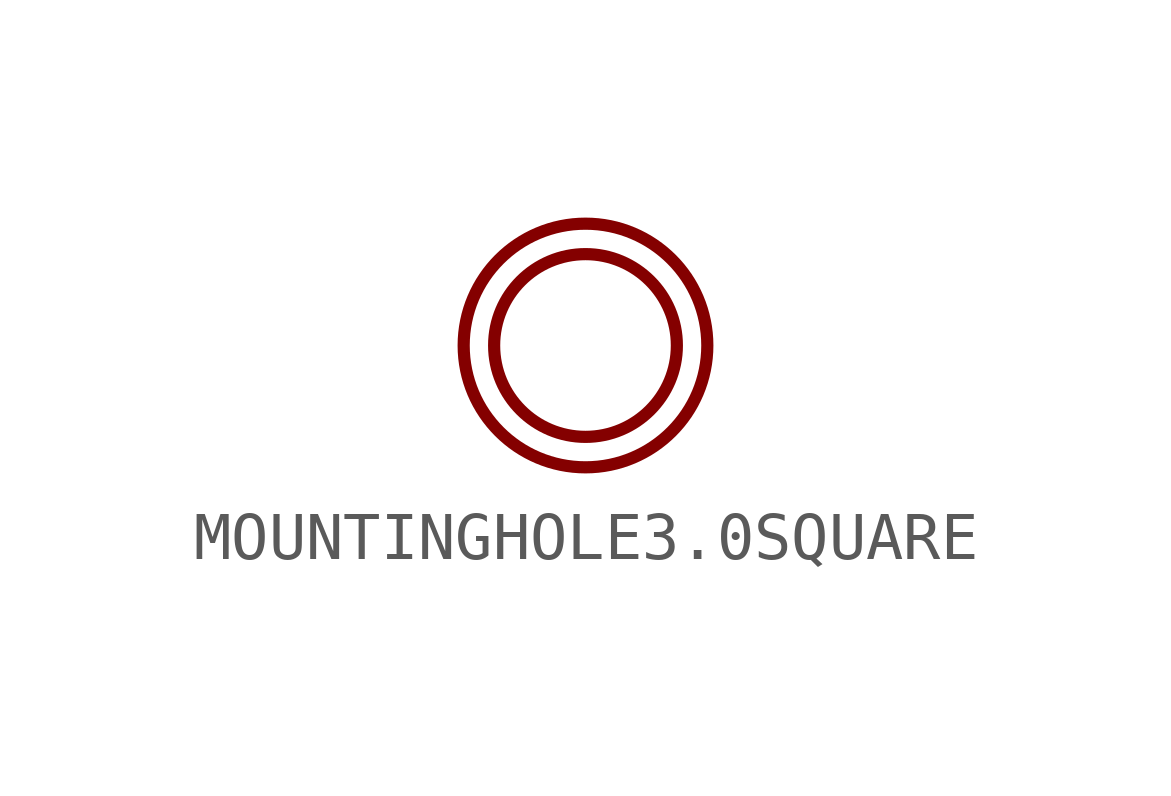
<source format=kicad_sym>
(kicad_symbol_lib
  (version 20201005)
  (generator kicad_symbol_editor)
  (symbol "MOUNTINGHOLE3.0SQUARE"
    (property "Reference" ""
      (at 0 0 0)
      (effects (font (size 1.27 1.27)) hide))
    (property "ki_locked" ""
      (at 0 0 0)
      (effects (font (size 1.27 1.27))))
    (symbol "MOUNTINGHOLE3.0SQUARE_1_0"
      (circle (center 0 0) (radius 1.905) (stroke (width 0.254)) (fill (type none)))
      (circle (center 0 0) (radius 2.54) (stroke (width 0.254)) (fill (type none))))))
</source>
